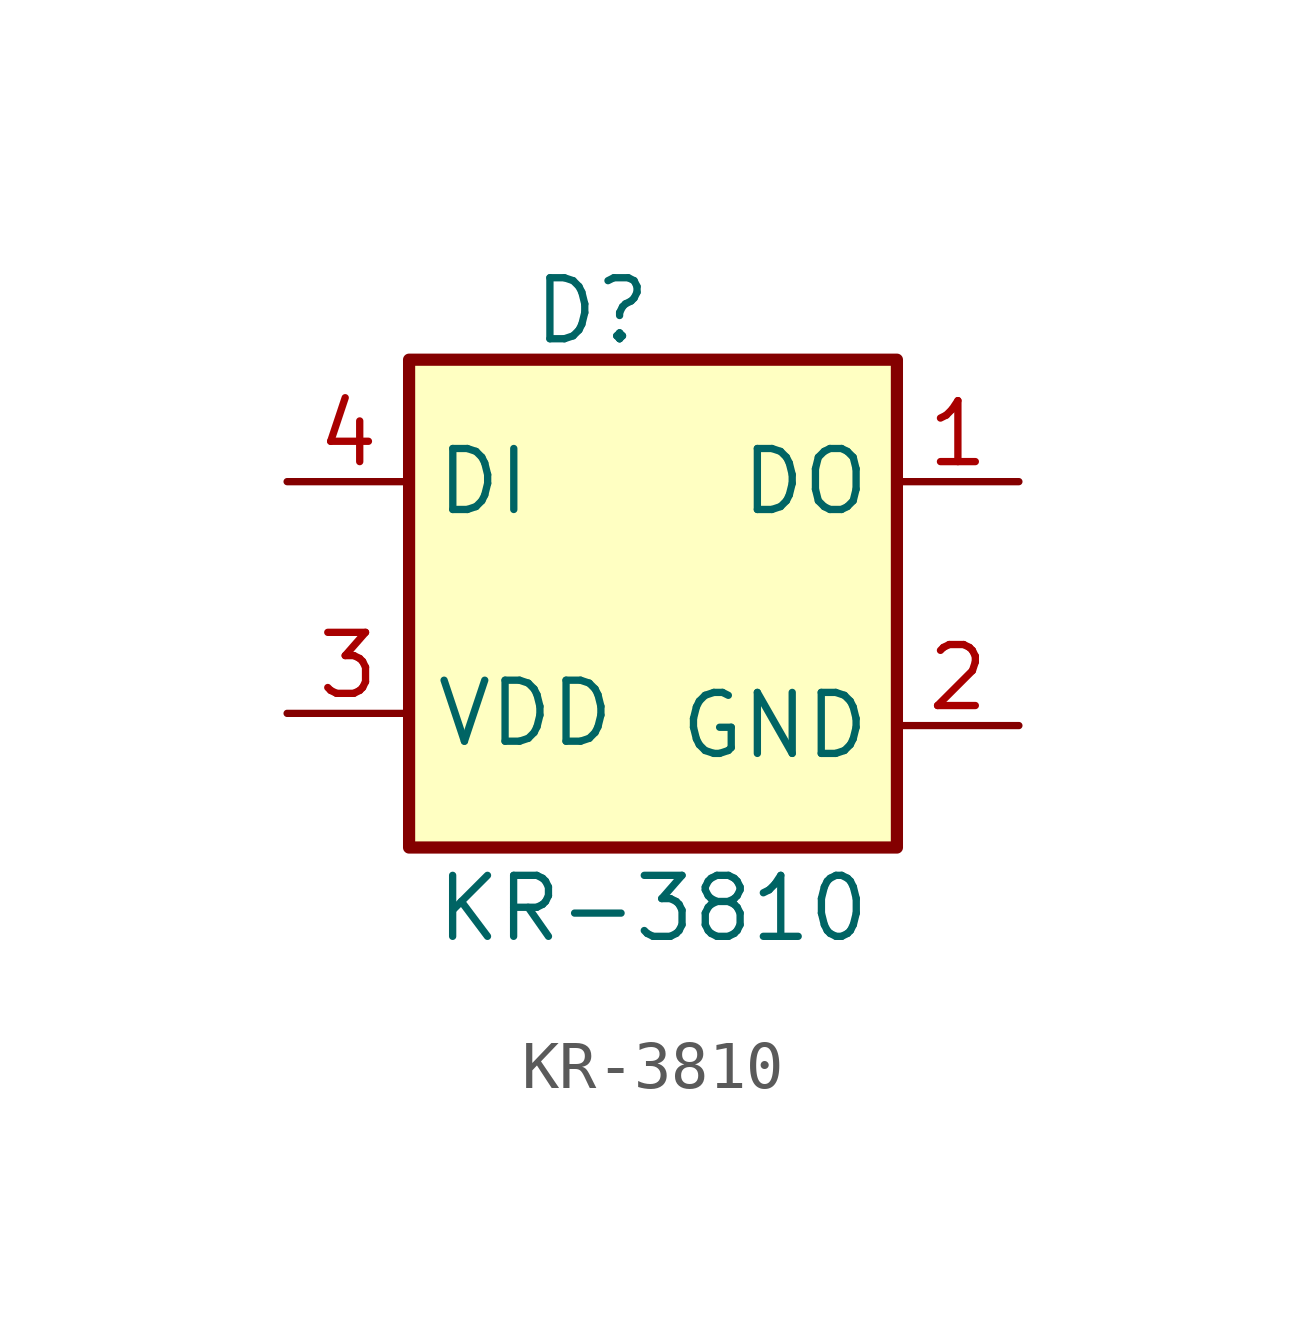
<source format=kicad_sym>
(kicad_symbol_lib
  (version 20211014)
  (generator kicad_symbol_editor)
  (symbol "KR-3810"
    (property "Reference" "D"
      (at -1.016 5.842 0)
      (effects (font (size 1.27 1.27))))
    (property "Value" "KR-3810"
      (at 0.254 -6.604 0)
      (effects (font (size 1.27 1.27))))
    (symbol "KR-3810_0_1"
      (rectangle (start 5.334 4.826) (end -4.826 -5.334) (stroke (width 0.254) (type default) (color 0 0 0 0)) (fill (type background))))
    (symbol "KR-3810_1_1"
      (pin output line (at 7.874 2.286 180) (length 2.54) (name "DO" (effects (font (size 1.27 1.27)))) (number "1" (effects (font (size 1.27 1.27)))))
      (pin power_in line (at 7.874 -2.794 180) (length 2.54) (name "GND" (effects (font (size 1.27 1.27)))) (number "2" (effects (font (size 1.27 1.27)))))
      (pin power_in line (at -7.366 -2.54 0) (length 2.54) (name "VDD" (effects (font (size 1.27 1.27)))) (number "3" (effects (font (size 1.27 1.27)))))
      (pin input line (at -7.366 2.286 0) (length 2.54) (name "DI" (effects (font (size 1.27 1.27)))) (number "4" (effects (font (size 1.27 1.27))))))))
</source>
